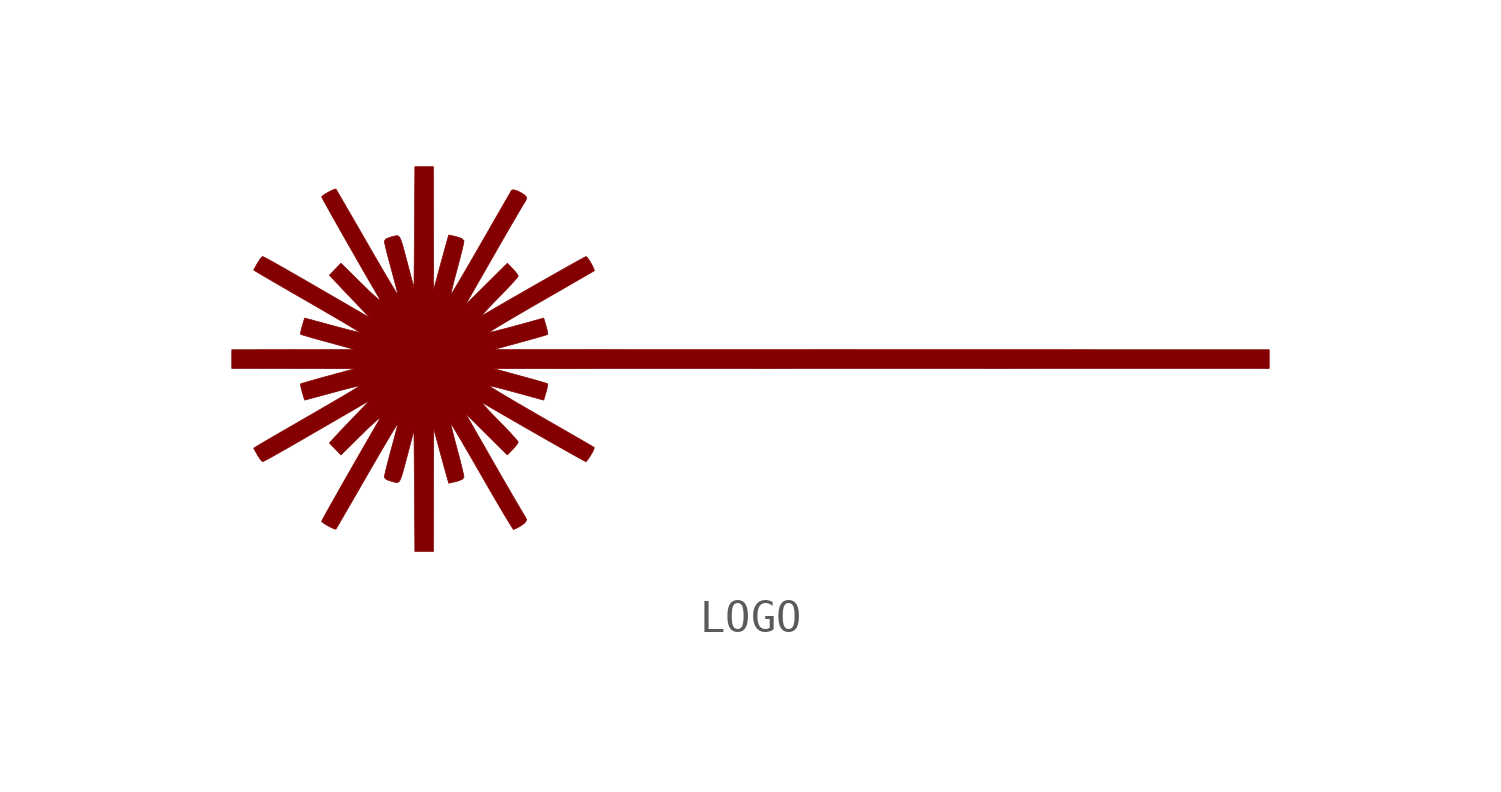
<source format=kicad_sym>
(kicad_symbol_lib
  (version 20210619)
  (generator bitmap2component)
  (symbol "LOGO"
    (pin_names
      (offset 1.016))
    (property "Reference" "#G"
      (at 0 5.345 0)
      (effects (font (size 1.27 1.27)) hide))
    (symbol "LOGO_0_0"
      (polyline (pts (xy -9.888 -2.196) (xy -9.731 -2.778) (xy -9.68 -2.967) (xy -9.607 -3.233) (xy -9.543 -3.465) (xy -9.497 -3.631) (xy -9.42 -3.901) (xy -9.182 -3.847) (xy -9.15 -3.839) (xy -8.995 -3.78) (xy -8.943 -3.708) (xy -8.947 -3.68) (xy -8.973 -3.557) (xy -9.02 -3.362) (xy -9.082 -3.115) (xy -9.156 -2.837) (xy -9.198 -2.681) (xy -9.264 -2.429) (xy -9.315 -2.225) (xy -9.346 -2.088) (xy -9.354 -2.035) (xy -9.326 -2.075) (xy -9.251 -2.197) (xy -9.136 -2.391) (xy -8.986 -2.647) (xy -8.807 -2.954) (xy -8.606 -3.302) (xy -8.387 -3.682) (xy -8.172 -4.056) (xy -7.968 -4.406) (xy -7.786 -4.716) (xy -7.632 -4.975) (xy -7.512 -5.173) (xy -7.432 -5.299) (xy -7.398 -5.344) (xy -7.385 -5.341) (xy -7.299 -5.303) (xy -7.173 -5.234) (xy -7.039 -5.136) (xy -6.988 -5.04) (xy -7.032 -4.945) (xy -7.057 -4.907) (xy -7.131 -4.784) (xy -7.246 -4.59) (xy -7.396 -4.334) (xy -7.573 -4.027) (xy -7.773 -3.682) (xy -7.988 -3.307) (xy -8.897 -1.72) (xy -7.59 -3.018) (xy -7.42 -2.843) (xy -7.37 -2.789) (xy -7.284 -2.683) (xy -7.25 -2.618) (xy -7.269 -2.586) (xy -7.351 -2.488) (xy -7.487 -2.338) (xy -7.665 -2.151) (xy -7.871 -1.939) (xy -8.037 -1.77) (xy -8.199 -1.599) (xy -8.313 -1.472) (xy -8.37 -1.399) (xy -8.361 -1.391) (xy -8.352 -1.396) (xy -8.187 -1.494) (xy -7.962 -1.625) (xy -7.69 -1.783) (xy -7.383 -1.96) (xy -7.053 -2.15) (xy -6.715 -2.343) (xy -6.379 -2.535) (xy -6.059 -2.717) (xy -5.768 -2.881) (xy -5.518 -3.022) (xy -5.321 -3.132) (xy -5.191 -3.203) (xy -5.14 -3.228) (xy -5.132 -3.225) (xy -5.08 -3.167) (xy -5.008 -3.06) (xy -4.936 -2.938) (xy -4.886 -2.834) (xy -4.876 -2.784) (xy -4.921 -2.758) (xy -5.047 -2.684) (xy -5.245 -2.57) (xy -5.504 -2.42) (xy -5.814 -2.242) (xy -6.163 -2.04) (xy -6.543 -1.822) (xy -6.911 -1.609) (xy -7.257 -1.408) (xy -7.561 -1.229) (xy -7.813 -1.079) (xy -8.003 -0.964) (xy -8.121 -0.889) (xy -8.157 -0.861) (xy -8.126 -0.864) (xy -8.007 -0.89) (xy -7.816 -0.938) (xy -7.571 -1.002) (xy -7.289 -1.078) (xy -6.455 -1.308) (xy -6.383 -1.064) (xy -6.36 -0.983) (xy -6.332 -0.857) (xy -6.33 -0.798) (xy -6.357 -0.787) (xy -6.472 -0.751) (xy -6.66 -0.696) (xy -6.903 -0.628) (xy -7.183 -0.551) (xy -8.017 -0.325) (xy 4.088 -0.321) (xy 16.192 -0.318) (xy 16.192 0.265) (xy -8.017 0.272) (xy -7.183 0.498) (xy -6.989 0.551) (xy -6.732 0.622) (xy -6.525 0.682) (xy -6.385 0.725) (xy -6.33 0.745) (xy -6.328 0.766) (xy -6.344 0.865) (xy -6.383 1.011) (xy -6.455 1.255) (xy -7.289 1.025) (xy -7.484 0.972) (xy -7.742 0.903) (xy -7.953 0.85) (xy -8.097 0.817) (xy -8.157 0.808) (xy -8.123 0.835) (xy -8.007 0.908) (xy -7.818 1.023) (xy -7.568 1.172) (xy -7.265 1.35) (xy -6.92 1.551) (xy -6.543 1.769) (xy -6.179 1.978) (xy -5.828 2.18) (xy -5.517 2.36) (xy -5.256 2.51) (xy -5.056 2.626) (xy -4.926 2.701) (xy -4.878 2.729) (xy -4.875 2.735) (xy -4.893 2.802) (xy -4.948 2.913) (xy -5.018 3.036) (xy -5.086 3.135) (xy -5.131 3.175) (xy -5.172 3.156) (xy -5.294 3.091) (xy -5.484 2.986) (xy -5.729 2.849) (xy -6.017 2.686) (xy -6.336 2.506) (xy -6.673 2.314) (xy -7.015 2.119) (xy -7.349 1.927) (xy -7.663 1.746) (xy -7.945 1.583) (xy -8.182 1.444) (xy -8.361 1.338) (xy -8.373 1.34) (xy -8.326 1.403) (xy -8.221 1.522) (xy -8.066 1.686) (xy -7.871 1.886) (xy -7.719 2.042) (xy -7.532 2.238) (xy -7.383 2.399) (xy -7.285 2.512) (xy -7.25 2.565) (xy -7.257 2.587) (xy -7.318 2.675) (xy -7.42 2.79) (xy -7.59 2.965) (xy -8.897 1.667) (xy -7.988 3.254) (xy -7.814 3.557) (xy -7.611 3.909) (xy -7.428 4.224) (xy -7.273 4.491) (xy -7.151 4.698) (xy -7.068 4.836) (xy -7.032 4.892) (xy -7.018 4.909) (xy -6.985 5.01) (xy -6.987 5.022) (xy -7.044 5.089) (xy -7.154 5.163) (xy -7.282 5.225) (xy -7.394 5.259) (xy -7.455 5.248) (xy -7.481 5.204) (xy -7.554 5.076) (xy -7.669 4.877) (xy -7.819 4.617) (xy -7.997 4.308) (xy -8.197 3.959) (xy -8.414 3.581) (xy -8.606 3.247) (xy -8.807 2.901) (xy -8.985 2.595) (xy -9.135 2.34) (xy -9.251 2.146) (xy -9.326 2.023) (xy -9.354 1.982) (xy -9.353 2) (xy -9.331 2.102) (xy -9.288 2.279) (xy -9.229 2.512) (xy -9.156 2.784) (xy -9.117 2.929) (xy -9.049 3.194) (xy -8.993 3.417) (xy -8.957 3.577) (xy -8.943 3.655) (xy -8.944 3.667) (xy -9.011 3.737) (xy -9.182 3.794) (xy -9.42 3.849) (xy -9.497 3.578) (xy -9.528 3.468) (xy -9.588 3.251) (xy -9.659 2.992) (xy -9.731 2.725) (xy -9.888 2.143) (xy -9.896 5.979) (xy -10.476 5.979) (xy -10.49 4.088) (xy -10.504 2.196) (xy -10.679 2.857) (xy -10.712 2.982) (xy -10.794 3.294) (xy -10.856 3.521) (xy -10.905 3.675) (xy -10.947 3.769) (xy -10.991 3.816) (xy -11.042 3.827) (xy -11.107 3.815) (xy -11.194 3.793) (xy -11.222 3.787) (xy -11.378 3.728) (xy -11.43 3.655) (xy -11.427 3.631) (xy -11.402 3.513) (xy -11.356 3.322) (xy -11.293 3.079) (xy -11.219 2.804) (xy -11.183 2.673) (xy -11.114 2.415) (xy -11.058 2.202) (xy -11.021 2.052) (xy -11.008 1.985) (xy -11.008 1.985) (xy -11.034 2.019) (xy -11.107 2.135) (xy -11.22 2.323) (xy -11.369 2.573) (xy -11.547 2.876) (xy -11.748 3.221) (xy -11.966 3.599) (xy -12.185 3.979) (xy -12.388 4.331) (xy -12.568 4.642) (xy -12.72 4.904) (xy -12.836 5.104) (xy -12.911 5.234) (xy -12.94 5.282) (xy -12.945 5.284) (xy -13.01 5.266) (xy -13.123 5.213) (xy -13.247 5.145) (xy -13.347 5.08) (xy -13.388 5.038) (xy -13.386 5.034) (xy -13.35 4.962) (xy -13.269 4.815) (xy -13.151 4.603) (xy -13.003 4.339) (xy -12.832 4.037) (xy -12.645 3.707) (xy -12.448 3.362) (xy -12.25 3.015) (xy -12.057 2.678) (xy -11.875 2.364) (xy -11.713 2.084) (xy -11.577 1.852) (xy -11.564 1.818) (xy -11.608 1.837) (xy -11.718 1.929) (xy -11.892 2.089) (xy -12.125 2.316) (xy -12.783 2.965) (xy -12.964 2.779) (xy -13.145 2.592) (xy -12.883 2.315) (xy -12.828 2.256) (xy -12.65 2.068) (xy -12.446 1.854) (xy -12.251 1.649) (xy -11.88 1.261) (xy -12.33 1.522) (xy -12.607 1.684) (xy -13.227 2.043) (xy -13.759 2.351) (xy -14.205 2.608) (xy -14.568 2.816) (xy -14.849 2.975) (xy -15.052 3.087) (xy -15.177 3.153) (xy -15.227 3.175) (xy -15.246 3.166) (xy -15.312 3.09) (xy -15.392 2.964) (xy -15.51 2.753) (xy -15.335 2.647) (xy -15.299 2.625) (xy -15.167 2.548) (xy -14.962 2.428) (xy -14.698 2.275) (xy -14.386 2.094) (xy -14.039 1.894) (xy -13.67 1.681) (xy -13.441 1.549) (xy -13.101 1.351) (xy -12.8 1.175) (xy -12.548 1.026) (xy -12.356 0.91) (xy -12.234 0.835) (xy -12.194 0.806) (xy -12.225 0.81) (xy -12.343 0.837) (xy -12.534 0.884) (xy -12.78 0.948) (xy -13.063 1.024) (xy -13.918 1.256) (xy -13.991 1.011) (xy -14.014 0.929) (xy -14.042 0.806) (xy -14.047 0.749) (xy -14.019 0.738) (xy -13.905 0.703) (xy -13.717 0.648) (xy -13.474 0.579) (xy -13.193 0.502) (xy -12.356 0.273) (xy -14.274 0.269) (xy -16.192 0.265) (xy -16.192 -0.318) (xy -12.356 -0.326) (xy -13.193 -0.555) (xy -13.391 -0.609) (xy -13.648 -0.681) (xy -13.854 -0.741) (xy -13.993 -0.782) (xy -14.047 -0.802) (xy -14.048 -0.822) (xy -14.03 -0.919) (xy -13.991 -1.064) (xy -13.918 -1.308) (xy -13.063 -1.077) (xy -12.848 -1.019) (xy -12.591 -0.952) (xy -12.385 -0.9) (xy -12.247 -0.868) (xy -12.194 -0.859) (xy -12.209 -0.872) (xy -12.302 -0.93) (xy -12.469 -1.032) (xy -12.7 -1.169) (xy -12.984 -1.336) (xy -13.311 -1.526) (xy -13.67 -1.734) (xy -13.87 -1.849) (xy -14.229 -2.057) (xy -14.559 -2.247) (xy -14.847 -2.414) (xy -15.081 -2.55) (xy -15.248 -2.648) (xy -15.335 -2.7) (xy -15.51 -2.807) (xy -15.392 -3.017) (xy -15.355 -3.079) (xy -15.279 -3.186) (xy -15.227 -3.228) (xy -15.201 -3.218) (xy -15.107 -3.17) (xy -14.944 -3.081) (xy -14.708 -2.948) (xy -14.396 -2.771) (xy -14.005 -2.546) (xy -13.533 -2.273) (xy -12.975 -1.95) (xy -12.33 -1.575) (xy -11.88 -1.314) (xy -12.357 -1.808) (xy -12.363 -1.813) (xy -12.559 -2.017) (xy -12.742 -2.21) (xy -12.893 -2.369) (xy -12.989 -2.474) (xy -13.144 -2.646) (xy -12.783 -3.018) (xy -12.125 -2.369) (xy -11.947 -2.195) (xy -11.757 -2.017) (xy -11.63 -1.907) (xy -11.569 -1.869) (xy -11.577 -1.905) (xy -11.606 -1.954) (xy -11.749 -2.199) (xy -11.916 -2.488) (xy -12.101 -2.808) (xy -12.296 -3.149) (xy -12.495 -3.496) (xy -12.69 -3.838) (xy -12.874 -4.163) (xy -13.04 -4.458) (xy -13.182 -4.71) (xy -13.292 -4.908) (xy -13.363 -5.039) (xy -13.388 -5.091) (xy -13.386 -5.096) (xy -13.331 -5.144) (xy -13.223 -5.212) (xy -13.099 -5.279) (xy -12.993 -5.326) (xy -12.94 -5.335) (xy -12.912 -5.287) (xy -12.836 -5.158) (xy -12.72 -4.958) (xy -12.569 -4.697) (xy -12.389 -4.385) (xy -12.186 -4.034) (xy -11.966 -3.652) (xy -11.961 -3.644) (xy -11.743 -3.266) (xy -11.542 -2.921) (xy -11.365 -2.62) (xy -11.217 -2.371) (xy -11.104 -2.184) (xy -11.033 -2.07) (xy -11.008 -2.038) (xy -11.011 -2.058) (xy -11.036 -2.167) (xy -11.083 -2.349) (xy -11.145 -2.586) (xy -11.219 -2.857) (xy -11.254 -2.985) (xy -11.323 -3.248) (xy -11.379 -3.469) (xy -11.416 -3.63) (xy -11.43 -3.708) (xy -11.429 -3.718) (xy -11.364 -3.789) (xy -11.194 -3.846) (xy -11.162 -3.854) (xy -11.083 -3.874) (xy -11.024 -3.879) (xy -10.976 -3.858) (xy -10.934 -3.797) (xy -10.889 -3.684) (xy -10.837 -3.507) (xy -10.769 -3.253) (xy -10.679 -2.91) (xy -10.504 -2.249) (xy -10.49 -4.141) (xy -10.476 -6.032) (xy -9.896 -6.032) (xy -9.888 -2.196)) (stroke (width 0.01)) (fill (type outline))))))
</source>
